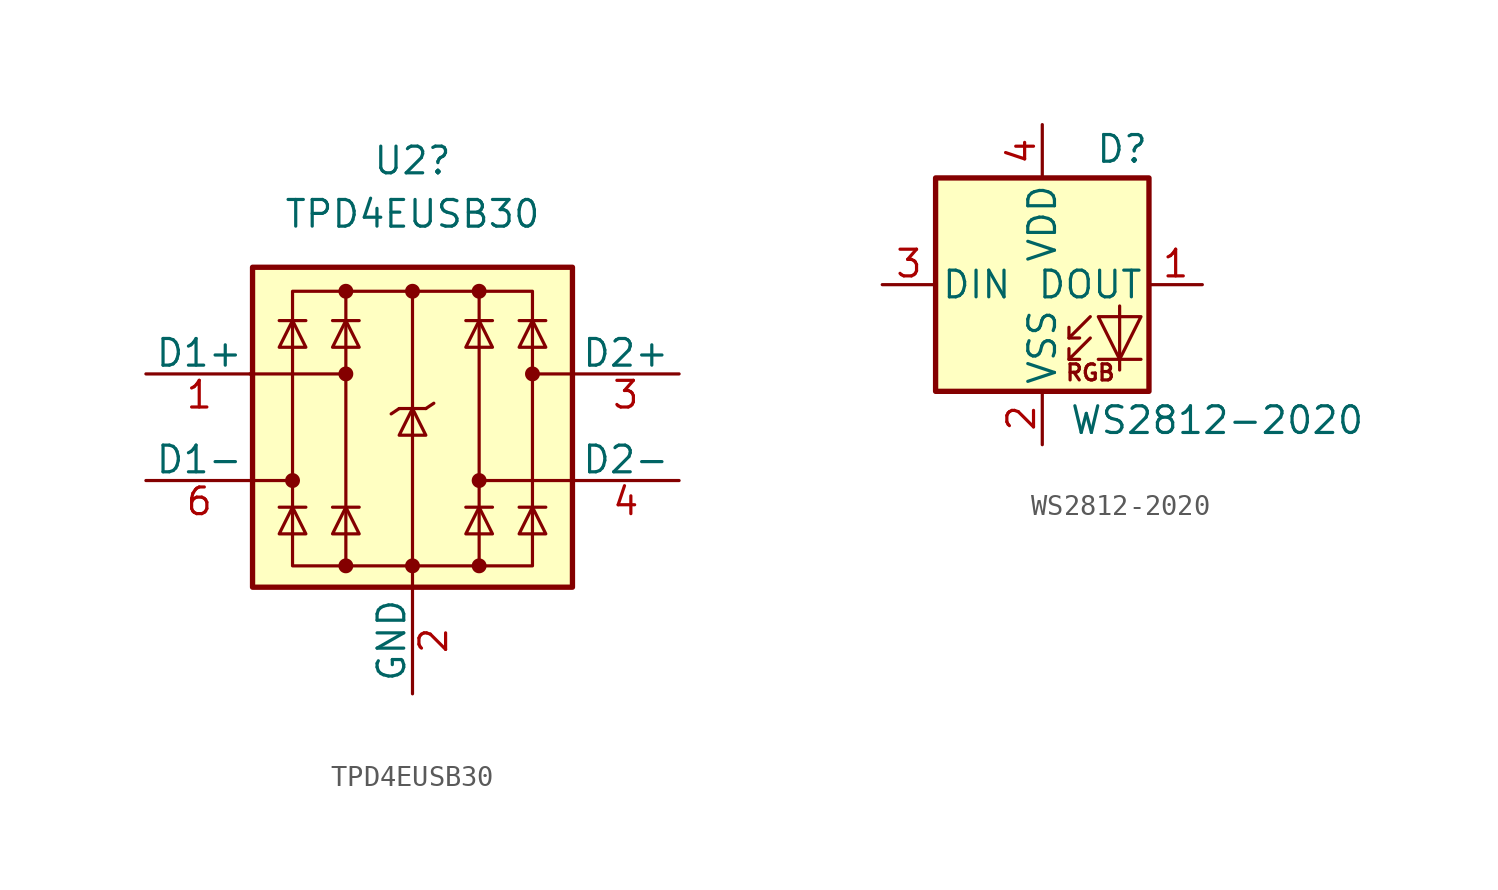
<source format=kicad_sym>
(kicad_symbol_lib
  (version 20211014)
  (generator kicad_symbol_editor)
  (symbol "TPD4EUSB30"
    (pin_names
      (offset 0))
    (property "Reference" "U2"
      (at 0 12.7 0)
      (effects (font (size 1.27 1.27))))
    (property "Value" "TPD4EUSB30"
      (at 0 10.16 0)
      (effects (font (size 1.27 1.27))))
    (symbol "TPD4EUSB30_0_0"
      (rectangle (start -5.715 6.477) (end 5.715 -6.604) (stroke (width 0) (type default) (color 0 0 0 0)) (fill (type none)))
      (polyline (pts (xy -3.175 -6.604) (xy -3.175 6.477)) (stroke (width 0) (type default) (color 0 0 0 0)) (fill (type none)))
      (polyline (pts (xy 0 6.477) (xy 0 -6.604)) (stroke (width 0) (type default) (color 0 0 0 0)) (fill (type none)))
      (polyline (pts (xy 3.175 6.477) (xy 3.175 -6.604)) (stroke (width 0) (type default) (color 0 0 0 0)) (fill (type none))))
    (symbol "TPD4EUSB30_0_1"
      (rectangle (start -7.62 7.62) (end 7.62 -7.62) (stroke (width 0.254) (type default) (color 0 0 0 0)) (fill (type background)))
      (circle (center -5.715 -2.54) (radius 0.279) (stroke (width 0) (type default) (color 0 0 0 0)) (fill (type outline)))
      (circle (center -3.175 -6.604) (radius 0.279) (stroke (width 0) (type default) (color 0 0 0 0)) (fill (type outline)))
      (circle (center -3.175 2.54) (radius 0.279) (stroke (width 0) (type default) (color 0 0 0 0)) (fill (type outline)))
      (circle (center -3.175 6.477) (radius 0.279) (stroke (width 0) (type default) (color 0 0 0 0)) (fill (type outline)))
      (circle (center 0 -6.604) (radius 0.279) (stroke (width 0) (type default) (color 0 0 0 0)) (fill (type outline)))
      (polyline (pts (xy -7.747 2.54) (xy -3.175 2.54)) (stroke (width 0) (type default) (color 0 0 0 0)) (fill (type none)))
      (polyline (pts (xy -7.62 -2.54) (xy -5.715 -2.54)) (stroke (width 0) (type default) (color 0 0 0 0)) (fill (type none)))
      (polyline (pts (xy -5.08 -3.81) (xy -6.35 -3.81)) (stroke (width 0) (type default) (color 0 0 0 0)) (fill (type none)))
      (polyline (pts (xy -5.08 5.08) (xy -6.35 5.08)) (stroke (width 0) (type default) (color 0 0 0 0)) (fill (type none)))
      (polyline (pts (xy -2.54 -3.81) (xy -3.81 -3.81)) (stroke (width 0) (type default) (color 0 0 0 0)) (fill (type none)))
      (polyline (pts (xy -2.54 5.08) (xy -3.81 5.08)) (stroke (width 0) (type default) (color 0 0 0 0)) (fill (type none)))
      (polyline (pts (xy -0.635 0.889) (xy -1.016 0.635)) (stroke (width 0) (type default) (color 0 0 0 0)) (fill (type none)))
      (polyline (pts (xy 0 -6.604) (xy 0 -7.62)) (stroke (width 0) (type default) (color 0 0 0 0)) (fill (type none)))
      (polyline (pts (xy 0.635 0.889) (xy -0.635 0.889)) (stroke (width 0) (type default) (color 0 0 0 0)) (fill (type none)))
      (polyline (pts (xy 0.635 0.889) (xy 1.016 1.143)) (stroke (width 0) (type default) (color 0 0 0 0)) (fill (type none)))
      (polyline (pts (xy 3.81 -3.81) (xy 2.54 -3.81)) (stroke (width 0) (type default) (color 0 0 0 0)) (fill (type none)))
      (polyline (pts (xy 3.81 5.08) (xy 2.54 5.08)) (stroke (width 0) (type default) (color 0 0 0 0)) (fill (type none)))
      (polyline (pts (xy 6.35 -3.81) (xy 5.08 -3.81)) (stroke (width 0) (type default) (color 0 0 0 0)) (fill (type none)))
      (polyline (pts (xy 6.35 5.08) (xy 5.08 5.08)) (stroke (width 0) (type default) (color 0 0 0 0)) (fill (type none)))
      (polyline (pts (xy 7.62 -2.54) (xy 3.175 -2.54)) (stroke (width 0) (type default) (color 0 0 0 0)) (fill (type none)))
      (polyline (pts (xy 7.62 2.54) (xy 5.715 2.54)) (stroke (width 0) (type default) (color 0 0 0 0)) (fill (type none)))
      (polyline (pts (xy -5.08 -5.08) (xy -6.35 -5.08) (xy -5.715 -3.81) (xy -5.08 -5.08)) (stroke (width 0) (type default) (color 0 0 0 0)) (fill (type none)))
      (polyline (pts (xy -5.08 3.81) (xy -6.35 3.81) (xy -5.715 5.08) (xy -5.08 3.81)) (stroke (width 0) (type default) (color 0 0 0 0)) (fill (type none)))
      (polyline (pts (xy -2.54 -5.08) (xy -3.81 -5.08) (xy -3.175 -3.81) (xy -2.54 -5.08)) (stroke (width 0) (type default) (color 0 0 0 0)) (fill (type none)))
      (polyline (pts (xy -2.54 3.81) (xy -3.81 3.81) (xy -3.175 5.08) (xy -2.54 3.81)) (stroke (width 0) (type default) (color 0 0 0 0)) (fill (type none)))
      (polyline (pts (xy 0.635 -0.381) (xy -0.635 -0.381) (xy 0 0.889) (xy 0.635 -0.381)) (stroke (width 0) (type default) (color 0 0 0 0)) (fill (type none)))
      (polyline (pts (xy 3.81 -5.08) (xy 2.54 -5.08) (xy 3.175 -3.81) (xy 3.81 -5.08)) (stroke (width 0) (type default) (color 0 0 0 0)) (fill (type none)))
      (polyline (pts (xy 3.81 3.81) (xy 2.54 3.81) (xy 3.175 5.08) (xy 3.81 3.81)) (stroke (width 0) (type default) (color 0 0 0 0)) (fill (type none)))
      (polyline (pts (xy 6.35 -5.08) (xy 5.08 -5.08) (xy 5.715 -3.81) (xy 6.35 -5.08)) (stroke (width 0) (type default) (color 0 0 0 0)) (fill (type none)))
      (polyline (pts (xy 6.35 3.81) (xy 5.08 3.81) (xy 5.715 5.08) (xy 6.35 3.81)) (stroke (width 0) (type default) (color 0 0 0 0)) (fill (type none)))
      (circle (center 0 6.477) (radius 0.279) (stroke (width 0) (type default) (color 0 0 0 0)) (fill (type outline)))
      (circle (center 3.175 -6.604) (radius 0.279) (stroke (width 0) (type default) (color 0 0 0 0)) (fill (type outline)))
      (circle (center 3.175 -2.54) (radius 0.279) (stroke (width 0) (type default) (color 0 0 0 0)) (fill (type outline)))
      (circle (center 3.175 6.477) (radius 0.279) (stroke (width 0) (type default) (color 0 0 0 0)) (fill (type outline)))
      (circle (center 5.715 2.54) (radius 0.279) (stroke (width 0) (type default) (color 0 0 0 0)) (fill (type outline))))
    (symbol "TPD4EUSB30_1_1"
      (pin passive line (at -12.7 2.54 0) (length 5.08) (name "D1+" (effects (font (size 1.27 1.27)))) (number "1" (effects (font (size 1.27 1.27)))))
      (pin power_in line (at 0 -12.7 90) (length 5.08) (name "GND" (effects (font (size 1.27 1.27)))) (number "2" (effects (font (size 1.27 1.27)))))
      (pin passive line (at 12.7 2.54 180) (length 5.08) (name "D2+" (effects (font (size 1.27 1.27)))) (number "3" (effects (font (size 1.27 1.27)))))
      (pin passive line (at 12.7 -2.54 180) (length 5.08) (name "D2-" (effects (font (size 1.27 1.27)))) (number "4" (effects (font (size 1.27 1.27)))))
      (pin passive line (at -12.7 -2.54 0) (length 5.08) (name "D1-" (effects (font (size 1.27 1.27)))) (number "6" (effects (font (size 1.27 1.27)))))))
  (symbol "WS2812-2020"
    (pin_names
      (offset 0.254))
    (property "Reference" "D"
      (at 5.08 5.715 0)
      (effects (font (size 1.27 1.27)) (justify right bottom)))
    (property "Value" "WS2812-2020"
      (at 1.27 -5.715 0)
      (effects (font (size 1.27 1.27)) (justify left top)))
    (symbol "WS2812-2020_0_0"
      (text "RGB" (at 2.286 -4.191 0) (effects (font (size 0.762 0.762)))))
    (symbol "WS2812-2020_0_1"
      (polyline (pts (xy 1.27 -3.556) (xy 1.778 -3.556)) (stroke (width 0) (type default) (color 0 0 0 0)) (fill (type none)))
      (polyline (pts (xy 1.27 -2.54) (xy 1.778 -2.54)) (stroke (width 0) (type default) (color 0 0 0 0)) (fill (type none)))
      (polyline (pts (xy 4.699 -3.556) (xy 2.667 -3.556)) (stroke (width 0) (type default) (color 0 0 0 0)) (fill (type none)))
      (polyline (pts (xy 2.286 -2.54) (xy 1.27 -3.556) (xy 1.27 -3.048)) (stroke (width 0) (type default) (color 0 0 0 0)) (fill (type none)))
      (polyline (pts (xy 2.286 -1.524) (xy 1.27 -2.54) (xy 1.27 -2.032)) (stroke (width 0) (type default) (color 0 0 0 0)) (fill (type none)))
      (polyline (pts (xy 3.683 -1.016) (xy 3.683 -3.556) (xy 3.683 -4.064)) (stroke (width 0) (type default) (color 0 0 0 0)) (fill (type none)))
      (polyline (pts (xy 4.699 -1.524) (xy 2.667 -1.524) (xy 3.683 -3.556) (xy 4.699 -1.524)) (stroke (width 0) (type default) (color 0 0 0 0)) (fill (type none)))
      (rectangle (start 5.08 5.08) (end -5.08 -5.08) (stroke (width 0.254) (type default) (color 0 0 0 0)) (fill (type background))))
    (symbol "WS2812-2020_1_1"
      (pin output line (at 7.62 0 180) (length 2.54) (name "DOUT" (effects (font (size 1.27 1.27)))) (number "1" (effects (font (size 1.27 1.27)))))
      (pin power_in line (at 0 -7.62 90) (length 2.54) (name "VSS" (effects (font (size 1.27 1.27)))) (number "2" (effects (font (size 1.27 1.27)))))
      (pin input line (at -7.62 0 0) (length 2.54) (name "DIN" (effects (font (size 1.27 1.27)))) (number "3" (effects (font (size 1.27 1.27)))))
      (pin power_in line (at 0 7.62 270) (length 2.54) (name "VDD" (effects (font (size 1.27 1.27)))) (number "4" (effects (font (size 1.27 1.27))))))))
</source>
